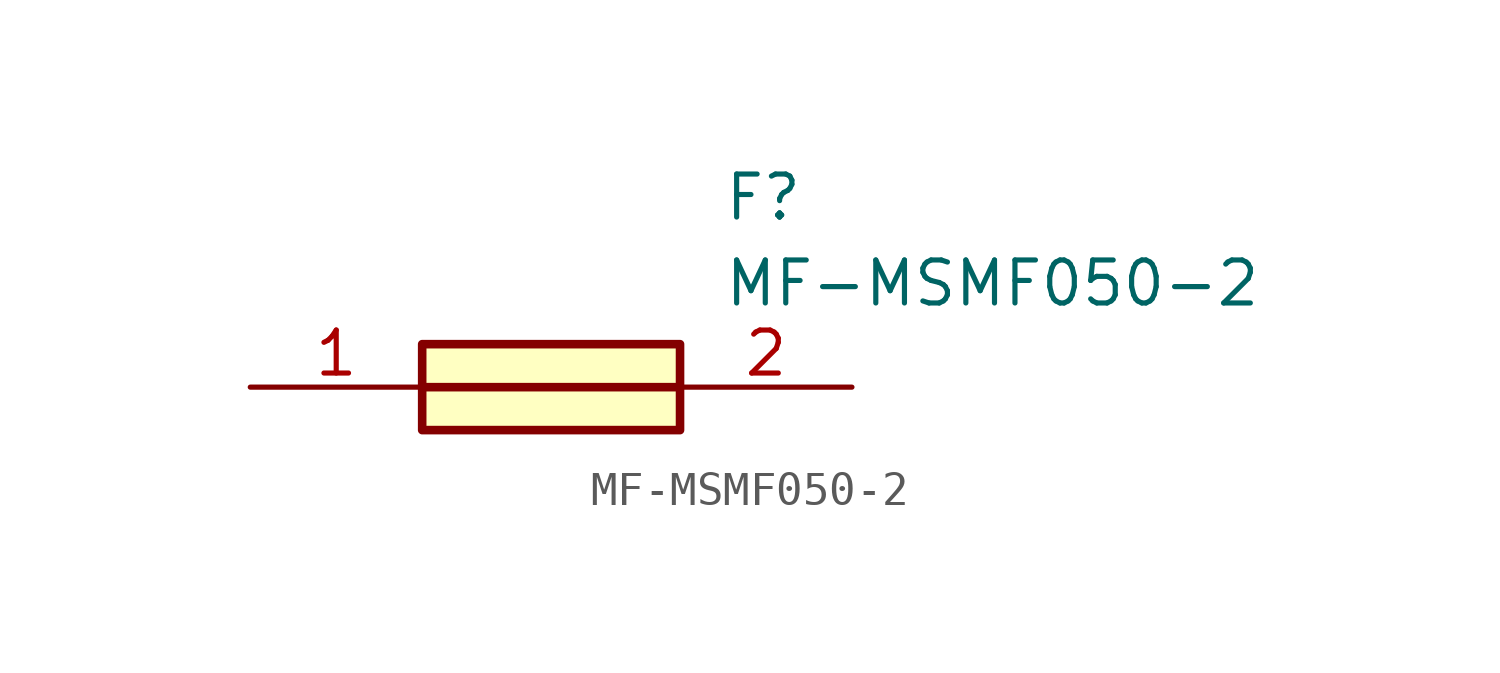
<source format=kicad_sym>
(kicad_symbol_lib
  (version 20211014)
  (generator SamacSys_ECAD_Model)
  (symbol "MF-MSMF050-2"
    (pin_names hide)
    (property "Reference" "F"
      (at 13.97 6.35 0)
      (effects (font (size 1.27 1.27)) (justify left top)))
    (property "Value" "MF-MSMF050-2"
      (at 13.97 3.81 0)
      (effects (font (size 1.27 1.27)) (justify left top)))
    (rectangle
      (start 5.08 1.27)
      (end 12.7 -1.27)
      (stroke (width 0.254) (type default))
      (fill (type background)))
    (polyline
      (pts (xy 5.08 0) (xy 12.7 0))
      (stroke (width 0.254) (type default))
      (fill (type none)))
    (pin passive line
      (at 0 0 0)
      (length 5.08)
      (name "1" (effects (font (size 1.27 1.27))))
      (number "1" (effects (font (size 1.27 1.27)))))
    (pin passive line
      (at 17.78 0 180)
      (length 5.08)
      (name "2" (effects (font (size 1.27 1.27))))
      (number "2" (effects (font (size 1.27 1.27)))))))
</source>
